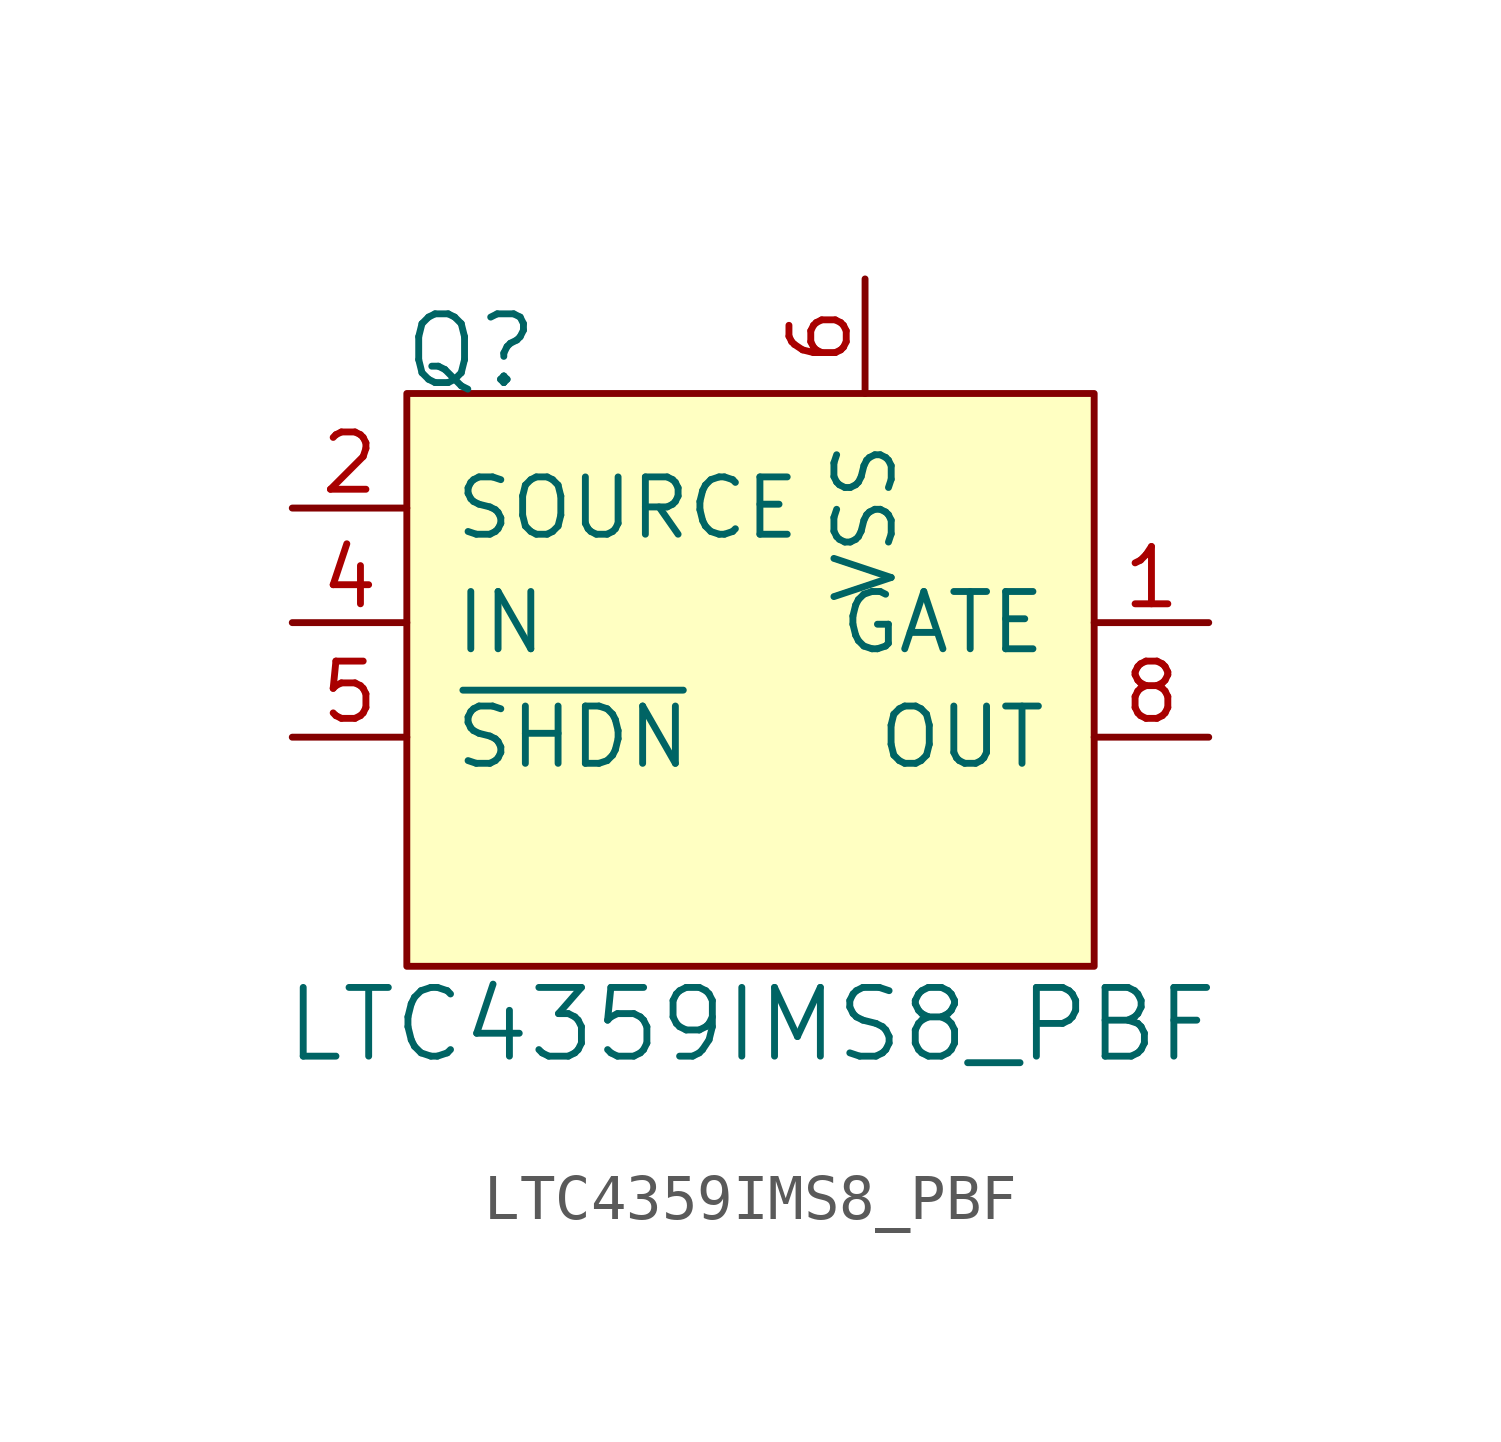
<source format=kicad_sym>
(kicad_symbol_lib
  (version 20231120)
  (generator "kicad_symbol_editor")
  (generator_version "8.0")
  (symbol "LTC4359IMS8_PBF"
    (pin_names
      (offset 1.016))
    (property "Reference" "Q"
      (at -7.747 8.56 0)
      (effects (font (size 1.524 1.524)) (justify left)))
    (property "Value" "LTC4359IMS8_PBF"
      (at 0.025 -6.375 0)
      (effects (font (size 1.524 1.524))))
    (symbol "LTC4359IMS8_PBF_0_1"
      (rectangle (start -7.62 7.62) (end 7.62 -5.08) (stroke (width 0) (type default)) (fill (type background))))
    (symbol "LTC4359IMS8_PBF_1_1"
      (pin output line (at 10.16 2.54 180) (length 2.54) (name "GATE" (effects (font (size 1.27 1.27)))) (number "1" (effects (font (size 1.27 1.27)))))
      (pin input line (at -10.16 5.08 0) (length 2.54) (name "SOURCE" (effects (font (size 1.27 1.27)))) (number "2" (effects (font (size 1.27 1.27)))))
      (pin no_connect line (at -7.62 -2.54 0) (length 2.54) hide (name "NC" (effects (font (size 1.27 1.27)))) (number "3" (effects (font (size 1.27 1.27)))))
      (pin input line (at -10.16 2.54 0) (length 2.54) (name "IN" (effects (font (size 1.27 1.27)))) (number "4" (effects (font (size 1.27 1.27)))))
      (pin input line (at -10.16 0 0) (length 2.54) (name "~{SHDN}" (effects (font (size 1.27 1.27)))) (number "5" (effects (font (size 1.27 1.27)))))
      (pin power_in line (at 2.54 10.16 270) (length 2.54) (name "VSS" (effects (font (size 1.27 1.27)))) (number "6" (effects (font (size 1.27 1.27)))))
      (pin no_connect line (at 7.62 -2.54 180) (length 2.54) hide (name "NC" (effects (font (size 1.27 1.27)))) (number "7" (effects (font (size 1.27 1.27)))))
      (pin output line (at 10.16 0 180) (length 2.54) (name "OUT" (effects (font (size 1.27 1.27)))) (number "8" (effects (font (size 1.27 1.27))))))))
</source>
